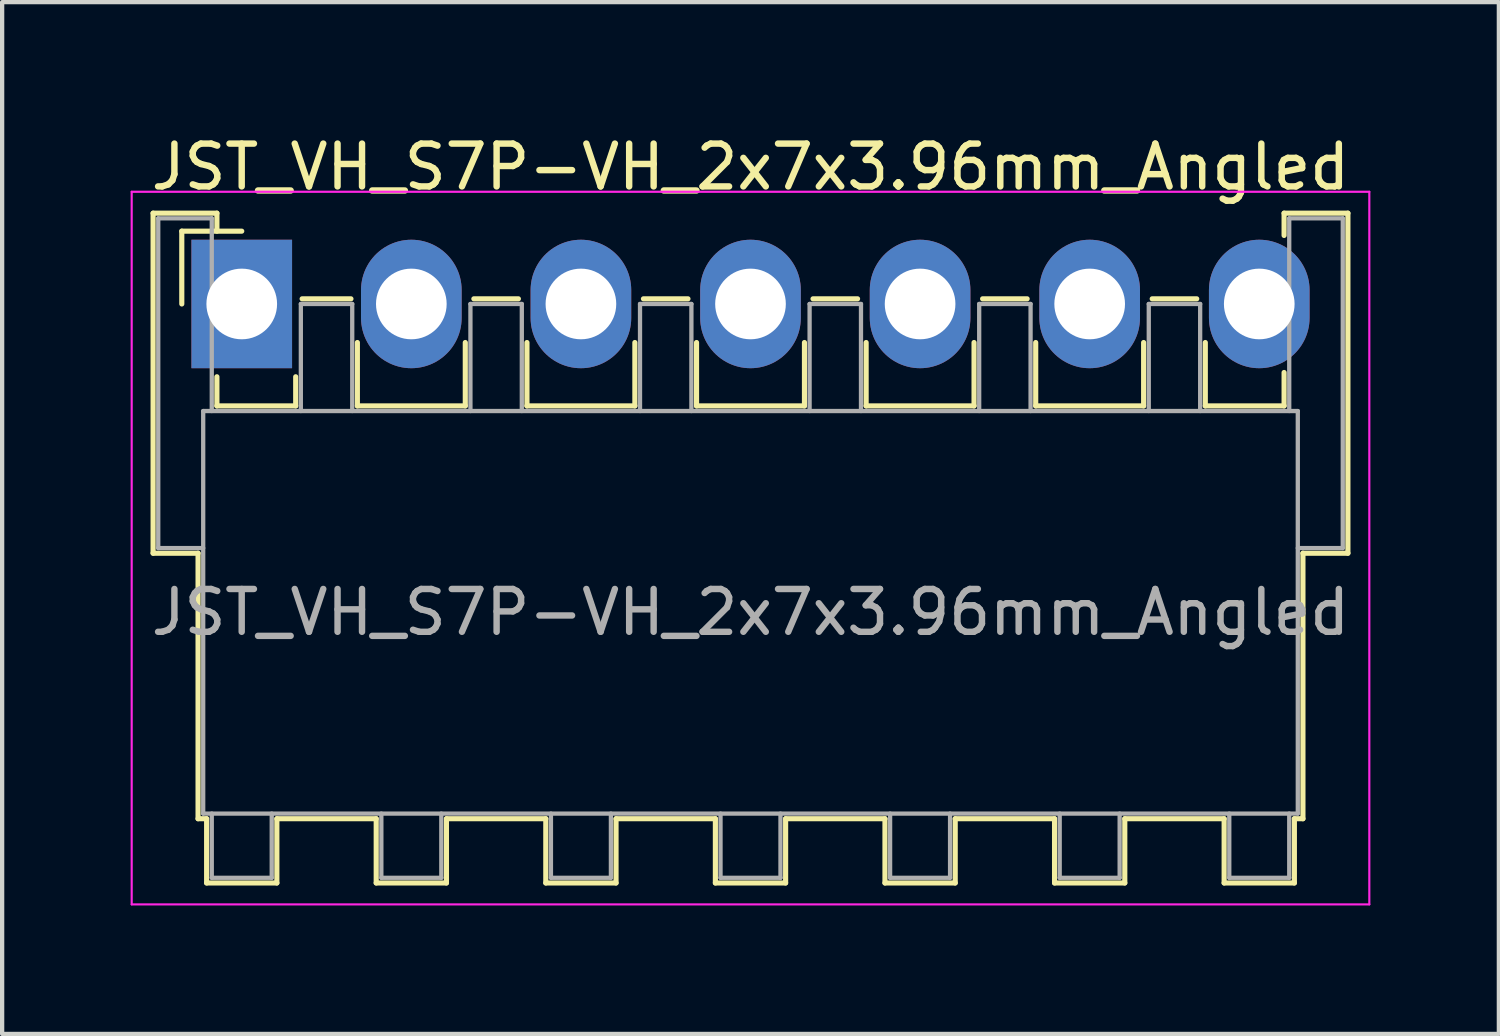
<source format=kicad_pcb>
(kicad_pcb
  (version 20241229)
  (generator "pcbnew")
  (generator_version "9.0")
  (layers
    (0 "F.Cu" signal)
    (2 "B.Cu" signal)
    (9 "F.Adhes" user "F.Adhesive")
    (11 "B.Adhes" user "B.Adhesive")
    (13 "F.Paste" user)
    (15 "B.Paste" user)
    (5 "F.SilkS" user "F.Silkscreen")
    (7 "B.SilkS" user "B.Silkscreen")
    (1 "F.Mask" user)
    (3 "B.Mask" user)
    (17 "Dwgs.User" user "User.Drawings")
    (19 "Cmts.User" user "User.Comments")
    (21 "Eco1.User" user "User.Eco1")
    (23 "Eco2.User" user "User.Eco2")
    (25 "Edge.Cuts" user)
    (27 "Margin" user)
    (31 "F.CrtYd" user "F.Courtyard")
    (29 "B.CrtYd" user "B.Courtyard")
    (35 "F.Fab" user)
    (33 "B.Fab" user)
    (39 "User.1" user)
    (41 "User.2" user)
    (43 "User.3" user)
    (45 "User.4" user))
  (footprint "JST_VH_S7P-VH_2x7x3.96mm_Angled"
    (layer "F.Cu")
    (at 2.595 4.048)
    (property "Reference" "JST_VH_S7P-VH_2x7x3.96mm_Angled" (at 11.88 -3.2 0) (layer "F.SilkS") (effects (font (size 1 1) (thickness 0.15))))
    (attr through_hole)
    (fp_line (start -2.07 -2.12) (end -0.58 -2.12) (stroke (width 0.12) (type solid)) (layer "F.SilkS"))
    (fp_line (start -2.07 5.82) (end -2.07 -2.12) (stroke (width 0.12) (type solid)) (layer "F.SilkS"))
    (fp_line (start -1.4 -1.7) (end -1.4 0) (stroke (width 0.12) (type solid)) (layer "F.SilkS"))
    (fp_line (start -1.02 5.82) (end -2.07 5.82) (stroke (width 0.12) (type solid)) (layer "F.SilkS"))
    (fp_line (start -1.02 5.82) (end -1.02 12.02) (stroke (width 0.12) (type solid)) (layer "F.SilkS"))
    (fp_line (start -1.02 12.02) (end -0.82 12.02) (stroke (width 0.12) (type solid)) (layer "F.SilkS"))
    (fp_line (start -0.82 12.02) (end -0.82 13.52) (stroke (width 0.12) (type solid)) (layer "F.SilkS"))
    (fp_line (start -0.82 13.52) (end 0.82 13.52) (stroke (width 0.12) (type solid)) (layer "F.SilkS"))
    (fp_line (start -0.58 -2.12) (end -0.58 -1.7) (stroke (width 0.12) (type solid)) (layer "F.SilkS"))
    (fp_line (start -0.58 1.7) (end -0.58 2.38) (stroke (width 0.12) (type solid)) (layer "F.SilkS"))
    (fp_line (start -0.58 2.38) (end 1.26 2.38) (stroke (width 0.12) (type solid)) (layer "F.SilkS"))
    (fp_line (start 0 -1.7) (end -1.4 -1.7) (stroke (width 0.12) (type solid)) (layer "F.SilkS"))
    (fp_line (start 0.82 12.02) (end 3.14 12.02) (stroke (width 0.12) (type solid)) (layer "F.SilkS"))
    (fp_line (start 0.82 13.52) (end 0.82 12.02) (stroke (width 0.12) (type solid)) (layer "F.SilkS"))
    (fp_line (start 1.26 2.38) (end 1.26 1.7) (stroke (width 0.12) (type solid)) (layer "F.SilkS"))
    (fp_line (start 1.41 -0.12) (end 2.55 -0.12) (stroke (width 0.12) (type solid)) (layer "F.SilkS"))
    (fp_line (start 2.7 0.9) (end 2.7 2.38) (stroke (width 0.12) (type solid)) (layer "F.SilkS"))
    (fp_line (start 2.7 2.38) (end 5.22 2.38) (stroke (width 0.12) (type solid)) (layer "F.SilkS"))
    (fp_line (start 3.14 12.02) (end 3.14 13.52) (stroke (width 0.12) (type solid)) (layer "F.SilkS"))
    (fp_line (start 3.14 13.52) (end 4.78 13.52) (stroke (width 0.12) (type solid)) (layer "F.SilkS"))
    (fp_line (start 4.78 12.02) (end 7.1 12.02) (stroke (width 0.12) (type solid)) (layer "F.SilkS"))
    (fp_line (start 4.78 13.52) (end 4.78 12.02) (stroke (width 0.12) (type solid)) (layer "F.SilkS"))
    (fp_line (start 5.22 2.38) (end 5.22 0.9) (stroke (width 0.12) (type solid)) (layer "F.SilkS"))
    (fp_line (start 5.42 -0.12) (end 6.46 -0.12) (stroke (width 0.12) (type solid)) (layer "F.SilkS"))
    (fp_line (start 6.66 0.9) (end 6.66 2.38) (stroke (width 0.12) (type solid)) (layer "F.SilkS"))
    (fp_line (start 6.66 2.38) (end 9.18 2.38) (stroke (width 0.12) (type solid)) (layer "F.SilkS"))
    (fp_line (start 7.1 12.02) (end 7.1 13.52) (stroke (width 0.12) (type solid)) (layer "F.SilkS"))
    (fp_line (start 7.1 13.52) (end 8.74 13.52) (stroke (width 0.12) (type solid)) (layer "F.SilkS"))
    (fp_line (start 8.74 12.02) (end 11.06 12.02) (stroke (width 0.12) (type solid)) (layer "F.SilkS"))
    (fp_line (start 8.74 13.52) (end 8.74 12.02) (stroke (width 0.12) (type solid)) (layer "F.SilkS"))
    (fp_line (start 9.18 2.38) (end 9.18 0.9) (stroke (width 0.12) (type solid)) (layer "F.SilkS"))
    (fp_line (start 9.38 -0.12) (end 10.42 -0.12) (stroke (width 0.12) (type solid)) (layer "F.SilkS"))
    (fp_line (start 10.62 0.9) (end 10.62 2.38) (stroke (width 0.12) (type solid)) (layer "F.SilkS"))
    (fp_line (start 10.62 2.38) (end 13.14 2.38) (stroke (width 0.12) (type solid)) (layer "F.SilkS"))
    (fp_line (start 11.06 12.02) (end 11.06 13.52) (stroke (width 0.12) (type solid)) (layer "F.SilkS"))
    (fp_line (start 11.06 13.52) (end 12.7 13.52) (stroke (width 0.12) (type solid)) (layer "F.SilkS"))
    (fp_line (start 12.7 12.02) (end 15.02 12.02) (stroke (width 0.12) (type solid)) (layer "F.SilkS"))
    (fp_line (start 12.7 13.52) (end 12.7 12.02) (stroke (width 0.12) (type solid)) (layer "F.SilkS"))
    (fp_line (start 13.14 2.38) (end 13.14 0.9) (stroke (width 0.12) (type solid)) (layer "F.SilkS"))
    (fp_line (start 13.34 -0.12) (end 14.38 -0.12) (stroke (width 0.12) (type solid)) (layer "F.SilkS"))
    (fp_line (start 14.58 0.9) (end 14.58 2.38) (stroke (width 0.12) (type solid)) (layer "F.SilkS"))
    (fp_line (start 14.58 2.38) (end 17.1 2.38) (stroke (width 0.12) (type solid)) (layer "F.SilkS"))
    (fp_line (start 15.02 12.02) (end 15.02 13.52) (stroke (width 0.12) (type solid)) (layer "F.SilkS"))
    (fp_line (start 15.02 13.52) (end 16.66 13.52) (stroke (width 0.12) (type solid)) (layer "F.SilkS"))
    (fp_line (start 16.66 12.02) (end 18.98 12.02) (stroke (width 0.12) (type solid)) (layer "F.SilkS"))
    (fp_line (start 16.66 13.52) (end 16.66 12.02) (stroke (width 0.12) (type solid)) (layer "F.SilkS"))
    (fp_line (start 17.1 2.38) (end 17.1 0.9) (stroke (width 0.12) (type solid)) (layer "F.SilkS"))
    (fp_line (start 17.3 -0.12) (end 18.34 -0.12) (stroke (width 0.12) (type solid)) (layer "F.SilkS"))
    (fp_line (start 18.54 0.9) (end 18.54 2.38) (stroke (width 0.12) (type solid)) (layer "F.SilkS"))
    (fp_line (start 18.54 2.38) (end 21.06 2.38) (stroke (width 0.12) (type solid)) (layer "F.SilkS"))
    (fp_line (start 18.98 12.02) (end 18.98 13.52) (stroke (width 0.12) (type solid)) (layer "F.SilkS"))
    (fp_line (start 18.98 13.52) (end 20.62 13.52) (stroke (width 0.12) (type solid)) (layer "F.SilkS"))
    (fp_line (start 20.62 12.02) (end 22.94 12.02) (stroke (width 0.12) (type solid)) (layer "F.SilkS"))
    (fp_line (start 20.62 13.52) (end 20.62 12.02) (stroke (width 0.12) (type solid)) (layer "F.SilkS"))
    (fp_line (start 21.06 2.38) (end 21.06 0.9) (stroke (width 0.12) (type solid)) (layer "F.SilkS"))
    (fp_line (start 21.26 -0.12) (end 22.3 -0.12) (stroke (width 0.12) (type solid)) (layer "F.SilkS"))
    (fp_line (start 22.5 0.9) (end 22.5 2.38) (stroke (width 0.12) (type solid)) (layer "F.SilkS"))
    (fp_line (start 22.5 2.38) (end 24.34 2.38) (stroke (width 0.12) (type solid)) (layer "F.SilkS"))
    (fp_line (start 22.94 12.02) (end 22.94 13.52) (stroke (width 0.12) (type solid)) (layer "F.SilkS"))
    (fp_line (start 22.94 13.52) (end 24.58 13.52) (stroke (width 0.12) (type solid)) (layer "F.SilkS"))
    (fp_line (start 24.34 -2.12) (end 25.83 -2.12) (stroke (width 0.12) (type solid)) (layer "F.SilkS"))
    (fp_line (start 24.34 -1.6) (end 24.34 -2.12) (stroke (width 0.12) (type solid)) (layer "F.SilkS"))
    (fp_line (start 24.34 2.38) (end 24.34 1.6) (stroke (width 0.12) (type solid)) (layer "F.SilkS"))
    (fp_line (start 24.58 12.02) (end 24.78 12.02) (stroke (width 0.12) (type solid)) (layer "F.SilkS"))
    (fp_line (start 24.58 13.52) (end 24.58 12.02) (stroke (width 0.12) (type solid)) (layer "F.SilkS"))
    (fp_line (start 24.78 12.02) (end 24.78 5.82) (stroke (width 0.12) (type solid)) (layer "F.SilkS"))
    (fp_line (start 25.83 -2.12) (end 25.83 5.82) (stroke (width 0.12) (type solid)) (layer "F.SilkS"))
    (fp_line (start 25.83 5.82) (end 24.78 5.82) (stroke (width 0.12) (type solid)) (layer "F.SilkS"))
    (fp_line (start -2.57 -2.62) (end -2.57 14.02) (stroke (width 0.05) (type solid)) (layer "F.CrtYd"))
    (fp_line (start -2.57 14.02) (end 26.33 14.02) (stroke (width 0.05) (type solid)) (layer "F.CrtYd"))
    (fp_line (start 26.33 -2.62) (end -2.57 -2.62) (stroke (width 0.05) (type solid)) (layer "F.CrtYd"))
    (fp_line (start 26.33 14.02) (end 26.33 -2.62) (stroke (width 0.05) (type solid)) (layer "F.CrtYd"))
    (fp_line (start -1.95 -2) (end -0.7 -2) (stroke (width 0.1) (type solid)) (layer "F.Fab"))
    (fp_line (start -1.95 5.7) (end -1.95 -2) (stroke (width 0.1) (type solid)) (layer "F.Fab"))
    (fp_line (start -0.9 2.5) (end -0.9 11.9) (stroke (width 0.1) (type solid)) (layer "F.Fab"))
    (fp_line (start -0.9 5.7) (end -1.95 5.7) (stroke (width 0.1) (type solid)) (layer "F.Fab"))
    (fp_line (start -0.9 11.9) (end 24.66 11.9) (stroke (width 0.1) (type solid)) (layer "F.Fab"))
    (fp_line (start -0.7 -2) (end -0.7 2.5) (stroke (width 0.1) (type solid)) (layer "F.Fab"))
    (fp_line (start -0.7 11.9) (end -0.7 13.4) (stroke (width 0.1) (type solid)) (layer "F.Fab"))
    (fp_line (start -0.7 13.4) (end 0.7 13.4) (stroke (width 0.1) (type solid)) (layer "F.Fab"))
    (fp_line (start 0.7 13.4) (end 0.7 11.9) (stroke (width 0.1) (type solid)) (layer "F.Fab"))
    (fp_line (start 1.38 0) (end 2.58 0) (stroke (width 0.1) (type solid)) (layer "F.Fab"))
    (fp_line (start 1.38 2.5) (end 1.38 0) (stroke (width 0.1) (type solid)) (layer "F.Fab"))
    (fp_line (start 2.58 0) (end 2.58 2.5) (stroke (width 0.1) (type solid)) (layer "F.Fab"))
    (fp_line (start 3.26 11.9) (end 3.26 13.4) (stroke (width 0.1) (type solid)) (layer "F.Fab"))
    (fp_line (start 3.26 13.4) (end 4.66 13.4) (stroke (width 0.1) (type solid)) (layer "F.Fab"))
    (fp_line (start 4.66 13.4) (end 4.66 11.9) (stroke (width 0.1) (type solid)) (layer "F.Fab"))
    (fp_line (start 5.34 0) (end 6.54 0) (stroke (width 0.1) (type solid)) (layer "F.Fab"))
    (fp_line (start 5.34 2.5) (end 5.34 0) (stroke (width 0.1) (type solid)) (layer "F.Fab"))
    (fp_line (start 6.54 0) (end 6.54 2.5) (stroke (width 0.1) (type solid)) (layer "F.Fab"))
    (fp_line (start 7.22 11.9) (end 7.22 13.4) (stroke (width 0.1) (type solid)) (layer "F.Fab"))
    (fp_line (start 7.22 13.4) (end 8.62 13.4) (stroke (width 0.1) (type solid)) (layer "F.Fab"))
    (fp_line (start 8.62 13.4) (end 8.62 11.9) (stroke (width 0.1) (type solid)) (layer "F.Fab"))
    (fp_line (start 9.3 0) (end 10.5 0) (stroke (width 0.1) (type solid)) (layer "F.Fab"))
    (fp_line (start 9.3 2.5) (end 9.3 0) (stroke (width 0.1) (type solid)) (layer "F.Fab"))
    (fp_line (start 10.5 0) (end 10.5 2.5) (stroke (width 0.1) (type solid)) (layer "F.Fab"))
    (fp_line (start 11.18 11.9) (end 11.18 13.4) (stroke (width 0.1) (type solid)) (layer "F.Fab"))
    (fp_line (start 11.18 13.4) (end 12.58 13.4) (stroke (width 0.1) (type solid)) (layer "F.Fab"))
    (fp_line (start 12.58 13.4) (end 12.58 11.9) (stroke (width 0.1) (type solid)) (layer "F.Fab"))
    (fp_line (start 13.26 0) (end 14.46 0) (stroke (width 0.1) (type solid)) (layer "F.Fab"))
    (fp_line (start 13.26 2.5) (end 13.26 0) (stroke (width 0.1) (type solid)) (layer "F.Fab"))
    (fp_line (start 14.46 0) (end 14.46 2.5) (stroke (width 0.1) (type solid)) (layer "F.Fab"))
    (fp_line (start 15.14 11.9) (end 15.14 13.4) (stroke (width 0.1) (type solid)) (layer "F.Fab"))
    (fp_line (start 15.14 13.4) (end 16.54 13.4) (stroke (width 0.1) (type solid)) (layer "F.Fab"))
    (fp_line (start 16.54 13.4) (end 16.54 11.9) (stroke (width 0.1) (type solid)) (layer "F.Fab"))
    (fp_line (start 17.22 0) (end 18.42 0) (stroke (width 0.1) (type solid)) (layer "F.Fab"))
    (fp_line (start 17.22 2.5) (end 17.22 0) (stroke (width 0.1) (type solid)) (layer "F.Fab"))
    (fp_line (start 18.42 0) (end 18.42 2.5) (stroke (width 0.1) (type solid)) (layer "F.Fab"))
    (fp_line (start 19.1 11.9) (end 19.1 13.4) (stroke (width 0.1) (type solid)) (layer "F.Fab"))
    (fp_line (start 19.1 13.4) (end 20.5 13.4) (stroke (width 0.1) (type solid)) (layer "F.Fab"))
    (fp_line (start 20.5 13.4) (end 20.5 11.9) (stroke (width 0.1) (type solid)) (layer "F.Fab"))
    (fp_line (start 21.18 0) (end 22.38 0) (stroke (width 0.1) (type solid)) (layer "F.Fab"))
    (fp_line (start 21.18 2.5) (end 21.18 0) (stroke (width 0.1) (type solid)) (layer "F.Fab"))
    (fp_line (start 22.38 0) (end 22.38 2.5) (stroke (width 0.1) (type solid)) (layer "F.Fab"))
    (fp_line (start 23.06 11.9) (end 23.06 13.4) (stroke (width 0.1) (type solid)) (layer "F.Fab"))
    (fp_line (start 23.06 13.4) (end 24.46 13.4) (stroke (width 0.1) (type solid)) (layer "F.Fab"))
    (fp_line (start 24.46 -2) (end 25.71 -2) (stroke (width 0.1) (type solid)) (layer "F.Fab"))
    (fp_line (start 24.46 2.5) (end 24.46 -2) (stroke (width 0.1) (type solid)) (layer "F.Fab"))
    (fp_line (start 24.46 13.4) (end 24.46 11.9) (stroke (width 0.1) (type solid)) (layer "F.Fab"))
    (fp_line (start 24.66 2.5) (end -0.9 2.5) (stroke (width 0.1) (type solid)) (layer "F.Fab"))
    (fp_line (start 24.66 11.9) (end 24.66 2.5) (stroke (width 0.1) (type solid)) (layer "F.Fab"))
    (fp_line (start 25.71 -2) (end 25.71 5.7) (stroke (width 0.1) (type solid)) (layer "F.Fab"))
    (fp_line (start 25.71 5.7) (end 24.66 5.7) (stroke (width 0.1) (type solid)) (layer "F.Fab"))
    (fp_text user "${REFERENCE}" (at 11.88 7.2 0) (layer "F.Fab") (effects (font (size 1 1) (thickness 0.15))))
    (pad "1" thru_hole rect (at 0 0) (size 2.35 3) (drill 1.65) (layers "*.Cu" "*.Mask"))
    (pad "2" thru_hole oval (at 3.96 0) (size 2.35 3) (drill 1.65) (layers "*.Cu" "*.Mask"))
    (pad "3" thru_hole oval (at 7.92 0) (size 2.35 3) (drill 1.65) (layers "*.Cu" "*.Mask"))
    (pad "4" thru_hole oval (at 11.88 0) (size 2.35 3) (drill 1.65) (layers "*.Cu" "*.Mask"))
    (pad "5" thru_hole oval (at 15.84 0) (size 2.35 3) (drill 1.65) (layers "*.Cu" "*.Mask"))
    (pad "6" thru_hole oval (at 19.8 0) (size 2.35 3) (drill 1.65) (layers "*.Cu" "*.Mask"))
    (pad "7" thru_hole oval (at 23.76 0) (size 2.35 3) (drill 1.65) (layers "*.Cu" "*.Mask")))
  (gr_rect
    (start -3 -3)
    (end 31.95 21.093)
    (stroke (width 0.1) (type default))
    (fill no)
    (layer "Edge.Cuts")))
</source>
